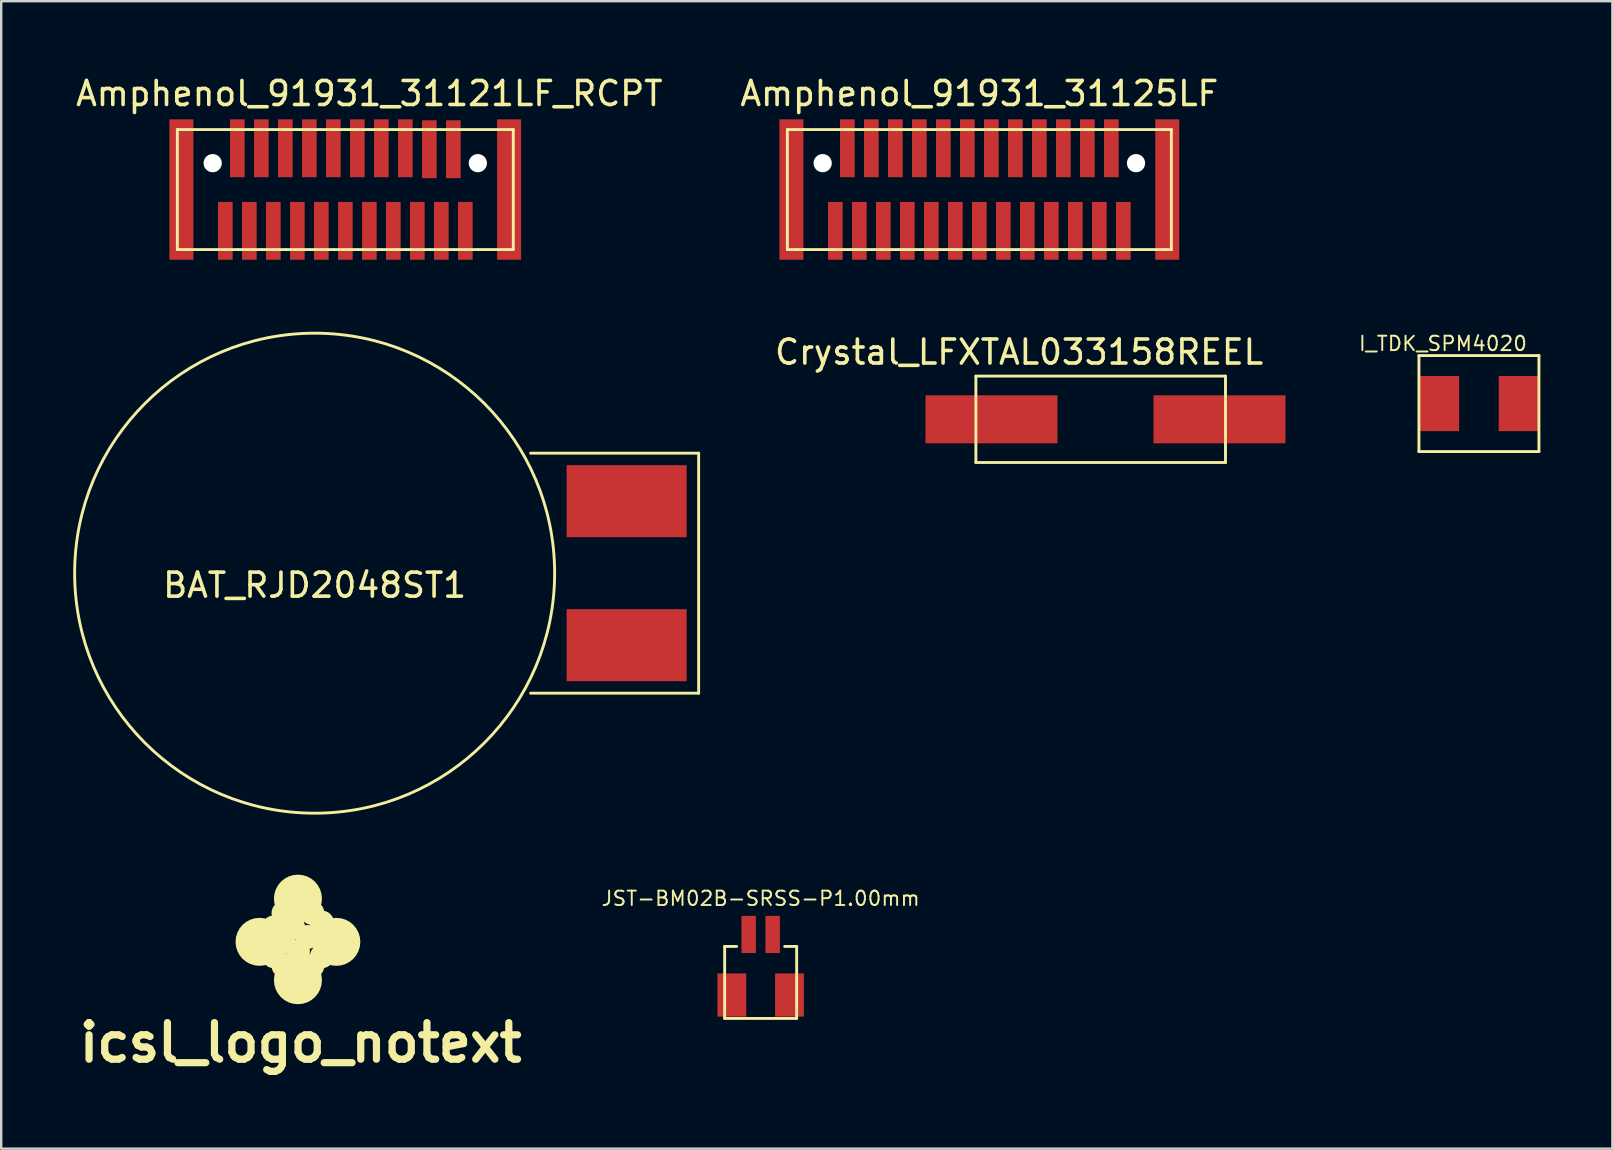
<source format=kicad_pcb>
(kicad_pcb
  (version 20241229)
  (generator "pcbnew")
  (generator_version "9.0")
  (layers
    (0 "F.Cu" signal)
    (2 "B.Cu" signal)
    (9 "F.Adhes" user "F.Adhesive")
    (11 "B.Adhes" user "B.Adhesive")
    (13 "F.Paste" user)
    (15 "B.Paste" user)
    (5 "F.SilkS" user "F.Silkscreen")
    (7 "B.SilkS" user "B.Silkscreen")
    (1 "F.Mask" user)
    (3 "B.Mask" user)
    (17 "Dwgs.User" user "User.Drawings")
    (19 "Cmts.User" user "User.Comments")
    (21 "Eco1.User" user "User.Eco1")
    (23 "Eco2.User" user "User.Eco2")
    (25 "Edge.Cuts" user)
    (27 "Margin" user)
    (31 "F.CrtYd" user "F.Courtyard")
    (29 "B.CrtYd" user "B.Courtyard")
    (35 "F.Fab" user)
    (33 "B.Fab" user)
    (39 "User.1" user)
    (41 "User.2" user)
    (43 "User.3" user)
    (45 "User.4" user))
  (footprint "BAT_RJD2048ST1"
    (layer "F.Cu")
    (at 10.06 20.833)
    (property "Reference" "BAT_RJD2048ST1" (at 0 0.5 0) (layer "F.SilkS") (effects (font (size 1 1) (thickness 0.15))))
    (attr through_hole)
    (fp_line (start 9 -5) (end 16 -5) (stroke (width 0.12) (type solid)) (layer "F.SilkS"))
    (fp_line (start 16 -5) (end 16 5) (stroke (width 0.12) (type solid)) (layer "F.SilkS"))
    (fp_line (start 16 5) (end 9 5) (stroke (width 0.12) (type solid)) (layer "F.SilkS"))
    (fp_circle (center 0 0) (end 10 0) (stroke (width 0.12) (type solid)) (fill no) (layer "F.SilkS"))
    (pad "1" smd rect (at 13 3) (size 5 3) (layers "F.Cu" "F.Mask" "F.Paste"))
    (pad "2" smd rect (at 13 -3) (size 5 3) (layers "F.Cu" "F.Mask" "F.Paste")))
  (footprint "Amphenol_91931_31125LF"
    (layer "F.Cu")
    (at 37.756 4.848)
    (property "Reference" "Amphenol_91931_31125LF" (at 0 -4 0) (layer "F.SilkS") (effects (font (size 1 1) (thickness 0.15))))
    (attr through_hole)
    (fp_line (start -8 -2.5) (end -8 2.5) (stroke (width 0.12) (type solid)) (layer "F.SilkS"))
    (fp_line (start -8 2.5) (end 8 2.5) (stroke (width 0.12) (type solid)) (layer "F.SilkS"))
    (fp_line (start 8 -2.5) (end -8 -2.5) (stroke (width 0.12) (type solid)) (layer "F.SilkS"))
    (fp_line (start 8 2.5) (end 8 -2.5) (stroke (width 0.12) (type solid)) (layer "F.SilkS"))
    (pad "" smd rect (at -7.83 0) (size 1 5.85) (layers "F.Cu" "F.Mask" "F.Paste"))
    (pad "" np_thru_hole circle (at -6.528 -1.1) (size 0.76 0.76) (drill 0.76) (layers "*.Cu" "*.Mask"))
    (pad "" np_thru_hole circle (at 6.528 -1.1) (size 0.76 0.76) (drill 0.76) (layers "*.Cu" "*.Mask"))
    (pad "" smd rect (at 7.83 0) (size 1 5.85) (layers "F.Cu" "F.Mask" "F.Paste"))
    (pad "1" smd rect (at -6 1.72) (size 0.61 2.41) (layers "F.Cu" "F.Mask" "F.Paste"))
    (pad "2" smd rect (at -5 1.72) (size 0.61 2.41) (layers "F.Cu" "F.Mask" "F.Paste"))
    (pad "3" smd rect (at -4 1.72) (size 0.61 2.41) (layers "F.Cu" "F.Mask" "F.Paste"))
    (pad "4" smd rect (at -3 1.72) (size 0.61 2.41) (layers "F.Cu" "F.Mask" "F.Paste"))
    (pad "5" smd rect (at -2 1.72) (size 0.61 2.41) (layers "F.Cu" "F.Mask" "F.Paste"))
    (pad "6" smd rect (at -1 1.72) (size 0.61 2.41) (layers "F.Cu" "F.Mask" "F.Paste"))
    (pad "7" smd rect (at 0 1.72) (size 0.61 2.41) (layers "F.Cu" "F.Mask" "F.Paste"))
    (pad "8" smd rect (at 1 1.72) (size 0.61 2.41) (layers "F.Cu" "F.Mask" "F.Paste"))
    (pad "9" smd rect (at 2 1.72) (size 0.61 2.41) (layers "F.Cu" "F.Mask" "F.Paste"))
    (pad "10" smd rect (at 3 1.72) (size 0.61 2.41) (layers "F.Cu" "F.Mask" "F.Paste"))
    (pad "11" smd rect (at 4 1.72) (size 0.61 2.41) (layers "F.Cu" "F.Mask" "F.Paste"))
    (pad "12" smd rect (at 5 1.72) (size 0.61 2.41) (layers "F.Cu" "F.Mask" "F.Paste"))
    (pad "13" smd rect (at 6 1.72) (size 0.61 2.41) (layers "F.Cu" "F.Mask" "F.Paste"))
    (pad "14" smd rect (at 5.5 -1.72) (size 0.61 2.41) (layers "F.Cu" "F.Mask" "F.Paste"))
    (pad "15" smd rect (at 4.5 -1.72) (size 0.61 2.41) (layers "F.Cu" "F.Mask" "F.Paste"))
    (pad "16" smd rect (at 3.5 -1.72) (size 0.61 2.41) (layers "F.Cu" "F.Mask" "F.Paste"))
    (pad "17" smd rect (at 2.5 -1.72) (size 0.61 2.41) (layers "F.Cu" "F.Mask" "F.Paste"))
    (pad "18" smd rect (at 1.5 -1.72) (size 0.61 2.41) (layers "F.Cu" "F.Mask" "F.Paste"))
    (pad "19" smd rect (at 0.5 -1.72) (size 0.61 2.41) (layers "F.Cu" "F.Mask" "F.Paste"))
    (pad "20" smd rect (at -0.5 -1.72) (size 0.61 2.41) (layers "F.Cu" "F.Mask" "F.Paste"))
    (pad "21" smd rect (at -1.5 -1.72) (size 0.61 2.41) (layers "F.Cu" "F.Mask" "F.Paste"))
    (pad "22" smd rect (at -2.5 -1.72) (size 0.61 2.41) (layers "F.Cu" "F.Mask" "F.Paste"))
    (pad "23" smd rect (at -3.5 -1.72) (size 0.61 2.41) (layers "F.Cu" "F.Mask" "F.Paste"))
    (pad "24" smd rect (at -4.5 -1.72) (size 0.61 2.41) (layers "F.Cu" "F.Mask" "F.Paste"))
    (pad "25" smd rect (at -5.5 -1.72) (size 0.61 2.41) (layers "F.Cu" "F.Mask" "F.Paste")))
  (footprint "Amphenol_91931_31121LF_RCPT"
    (layer "F.Cu")
    (at 11.336 4.848)
    (property "Reference" "Amphenol_91931_31121LF_RCPT" (at 1.004 -4 0) (layer "F.SilkS") (effects (font (size 1 1) (thickness 0.15))))
    (attr through_hole)
    (fp_line (start -6.997 -2.5) (end -6.997 2.5) (stroke (width 0.12) (type solid)) (layer "F.SilkS"))
    (fp_line (start -6.997 2.5) (end 7 2.5) (stroke (width 0.12) (type solid)) (layer "F.SilkS"))
    (fp_line (start 7 -2.5) (end -6.997 -2.5) (stroke (width 0.12) (type solid)) (layer "F.SilkS"))
    (fp_line (start 7 2.5) (end 7 -2.5) (stroke (width 0.12) (type solid)) (layer "F.SilkS"))
    (pad "" smd rect (at -6.827 0) (size 1 5.85) (layers "F.Cu" "F.Mask" "F.Paste"))
    (pad "" np_thru_hole circle (at -5.524 -1.1) (size 0.76 0.76) (drill 0.76) (layers "*.Cu" "*.Mask"))
    (pad "" np_thru_hole circle (at 5.524 -1.1) (size 0.76 0.76) (drill 0.76) (layers "*.Cu" "*.Mask"))
    (pad "" smd rect (at 6.827 0) (size 1 5.85) (layers "F.Cu" "F.Mask" "F.Paste"))
    (pad "1" smd rect (at -4.997 1.72) (size 0.61 2.41) (layers "F.Cu" "F.Mask" "F.Paste"))
    (pad "2" smd rect (at -3.997 1.72) (size 0.61 2.41) (layers "F.Cu" "F.Mask" "F.Paste"))
    (pad "3" smd rect (at -2.997 1.72) (size 0.61 2.41) (layers "F.Cu" "F.Mask" "F.Paste"))
    (pad "4" smd rect (at -1.996 1.72) (size 0.61 2.41) (layers "F.Cu" "F.Mask" "F.Paste"))
    (pad "5" smd rect (at -0.997 1.72) (size 0.61 2.41) (layers "F.Cu" "F.Mask" "F.Paste"))
    (pad "6" smd rect (at 0.004 1.72) (size 0.61 2.41) (layers "F.Cu" "F.Mask" "F.Paste"))
    (pad "7" smd rect (at 1.004 1.72) (size 0.61 2.41) (layers "F.Cu" "F.Mask" "F.Paste"))
    (pad "8" smd rect (at 2.003 1.72) (size 0.61 2.41) (layers "F.Cu" "F.Mask" "F.Paste"))
    (pad "9" smd rect (at 3.003 1.72) (size 0.61 2.41) (layers "F.Cu" "F.Mask" "F.Paste"))
    (pad "10" smd rect (at 4.003 1.72) (size 0.61 2.41) (layers "F.Cu" "F.Mask" "F.Paste"))
    (pad "11" smd rect (at 5.003 1.72) (size 0.61 2.41) (layers "F.Cu" "F.Mask" "F.Paste"))
    (pad "12" smd rect (at 4.503 -1.68) (size 0.61 2.41) (layers "F.Cu" "F.Mask" "F.Paste"))
    (pad "13" smd rect (at 3.503 -1.68) (size 0.61 2.41) (layers "F.Cu" "F.Mask" "F.Paste"))
    (pad "14" smd rect (at 2.503 -1.72) (size 0.61 2.41) (layers "F.Cu" "F.Mask" "F.Paste"))
    (pad "15" smd rect (at 1.504 -1.72) (size 0.61 2.41) (layers "F.Cu" "F.Mask" "F.Paste"))
    (pad "16" smd rect (at 0.503 -1.72) (size 0.61 2.41) (layers "F.Cu" "F.Mask" "F.Paste"))
    (pad "17" smd rect (at -0.496 -1.72) (size 0.61 2.41) (layers "F.Cu" "F.Mask" "F.Paste"))
    (pad "18" smd rect (at -1.496 -1.72) (size 0.61 2.41) (layers "F.Cu" "F.Mask" "F.Paste"))
    (pad "19" smd rect (at -2.497 -1.72) (size 0.61 2.41) (layers "F.Cu" "F.Mask" "F.Paste"))
    (pad "20" smd rect (at -3.497 -1.72) (size 0.61 2.41) (layers "F.Cu" "F.Mask" "F.Paste"))
    (pad "21" smd rect (at -4.497 -1.72) (size 0.61 2.41) (layers "F.Cu" "F.Mask" "F.Paste")))
  (footprint "I_TDK_SPM4020"
    (layer "F.Cu")
    (at 58.572 13.765)
    (property "Reference" "I_TDK_SPM4020" (at -1.5 -2.5 0) (layer "F.SilkS") (effects (font (size 0.6 0.6) (thickness 0.08))))
    (attr through_hole)
    (fp_line (start -2.5 -2) (end 2.5 -2) (stroke (width 0.12) (type solid)) (layer "F.SilkS"))
    (fp_line (start -2.5 2) (end -2.5 -2) (stroke (width 0.12) (type solid)) (layer "F.SilkS"))
    (fp_line (start 2.5 -2) (end 2.5 2) (stroke (width 0.12) (type solid)) (layer "F.SilkS"))
    (fp_line (start 2.5 2) (end -2.5 2) (stroke (width 0.12) (type solid)) (layer "F.SilkS"))
    (pad "1" smd rect (at 1.65 0) (size 1.65 2.3) (layers "F.Cu" "F.Mask" "F.Paste"))
    (pad "2" smd rect (at -1.65 0) (size 1.65 2.3) (layers "F.Cu" "F.Mask" "F.Paste")))
  (footprint "JST-BM02B-SRSS-P1.00mm"
    (layer "F.Cu")
    (at 28.644 35.885)
    (property "Reference" "JST-BM02B-SRSS-P1.00mm" (at 0 -1.5 0) (layer "F.SilkS") (effects (font (size 0.6 0.6) (thickness 0.08))))
    (attr through_hole)
    (fp_line (start -1.5 0.5) (end -1.5 3.5) (stroke (width 0.12) (type solid)) (layer "F.SilkS"))
    (fp_line (start -1.5 3.5) (end 1.5 3.5) (stroke (width 0.12) (type solid)) (layer "F.SilkS"))
    (fp_line (start -1 0.5) (end -1.5 0.5) (stroke (width 0.12) (type solid)) (layer "F.SilkS"))
    (fp_line (start 1 0.5) (end 1.5 0.5) (stroke (width 0.12) (type solid)) (layer "F.SilkS"))
    (fp_line (start 1.5 0.5) (end 1.5 3.5) (stroke (width 0.12) (type solid)) (layer "F.SilkS"))
    (pad "1" smd rect (at -0.5 0) (size 0.6 1.55) (layers "F.Cu" "F.Mask" "F.Paste"))
    (pad "2" smd rect (at 0.5 0) (size 0.6 1.55) (layers "F.Cu" "F.Mask" "F.Paste"))
    (pad "3" smd rect (at -1.2 2.525) (size 1.2 1.8) (layers "F.Cu" "F.Mask" "F.Paste"))
    (pad "3" smd rect (at 1.2 2.525) (size 1.2 1.8) (layers "F.Cu" "F.Mask" "F.Paste")))
  (footprint "icsl_logo_notext"
    (layer "F.Cu")
    (at 9.278 35.993)
    (property "Reference" "icsl_logo_notext" (at 0.2 4.4 0) (layer "F.SilkS") (effects (font (size 1.524 1.524) (thickness 0.3))))
    (attr through_hole)
    (fp_circle (center -1.514 0.2) (end -1.514 0.2) (stroke (width 1) (type solid)) (fill no) (layer "F.SilkS"))
    (fp_circle (center -0.914 -0.4) (end -0.914 -0.4) (stroke (width 0.5) (type solid)) (fill no) (layer "F.SilkS"))
    (fp_circle (center -0.914 0.8) (end -0.914 0.8) (stroke (width 0.5) (type solid)) (fill no) (layer "F.SilkS"))
    (fp_circle (center -0.514 -1) (end -0.514 -1) (stroke (width 0.5) (type solid)) (fill no) (layer "F.SilkS"))
    (fp_circle (center -0.514 0.2) (end -0.514 0.2) (stroke (width 0.5) (type solid)) (fill no) (layer "F.SilkS"))
    (fp_circle (center -0.514 1.2) (end -0.514 1.2) (stroke (width 0.5) (type solid)) (fill no) (layer "F.SilkS"))
    (fp_circle (center -0.114 -0.4) (end -0.114 -0.4) (stroke (width 0.5) (type solid)) (fill no) (layer "F.SilkS"))
    (fp_circle (center 0.086 -1.6) (end 0.086 -1.6) (stroke (width 1) (type solid)) (fill no) (layer "F.SilkS"))
    (fp_circle (center 0.086 0.6) (end 0.086 0.6) (stroke (width 0.5) (type solid)) (fill no) (layer "F.SilkS"))
    (fp_circle (center 0.086 1.8) (end 0.086 1.8) (stroke (width 1) (type solid)) (fill no) (layer "F.SilkS"))
    (fp_circle (center 0.486 0) (end 0.486 0) (stroke (width 0.5) (type solid)) (fill no) (layer "F.SilkS"))
    (fp_circle (center 0.686 -1) (end 0.686 -1) (stroke (width 0.5) (type solid)) (fill no) (layer "F.SilkS"))
    (fp_circle (center 0.686 1.2) (end 0.686 1.2) (stroke (width 0.5) (type solid)) (fill no) (layer "F.SilkS"))
    (fp_circle (center 1.086 -0.6) (end 1.086 -0.6) (stroke (width 0.5) (type solid)) (fill no) (layer "F.SilkS"))
    (fp_circle (center 1.086 0.8) (end 1.086 0.8) (stroke (width 0.5) (type solid)) (fill no) (layer "F.SilkS"))
    (fp_circle (center 1.686 0.2) (end 1.686 0.2) (stroke (width 1) (type solid)) (fill no) (layer "F.SilkS")))
  (footprint "Crystal_LFXTAL033158REEL"
    (layer "F.Cu")
    (at 43.012 14.421)
    (property "Reference" "Crystal_LFXTAL033158REEL" (at -3.6 -2.8 0) (layer "F.SilkS") (effects (font (size 1 1) (thickness 0.15))))
    (attr through_hole)
    (fp_line (start -5.4 -1.8) (end 5 -1.8) (stroke (width 0.12) (type solid)) (layer "F.SilkS"))
    (fp_line (start -5.4 1.8) (end -5.4 -1.8) (stroke (width 0.12) (type solid)) (layer "F.SilkS"))
    (fp_line (start 5 -1.8) (end 5 1.8) (stroke (width 0.12) (type solid)) (layer "F.SilkS"))
    (fp_line (start 5 1.8) (end -5.4 1.8) (stroke (width 0.12) (type solid)) (layer "F.SilkS"))
    (pad "1" smd rect (at -4.75 0) (size 5.5 2) (layers "F.Cu" "F.Mask" "F.Paste"))
    (pad "2" smd rect (at 4.75 0) (size 5.5 2) (layers "F.Cu" "F.Mask" "F.Paste")))
  (gr_rect
    (start -3 -3)
    (end 64.132 44.811)
    (stroke (width 0.1) (type default))
    (fill no)
    (layer "Edge.Cuts")))
</source>
